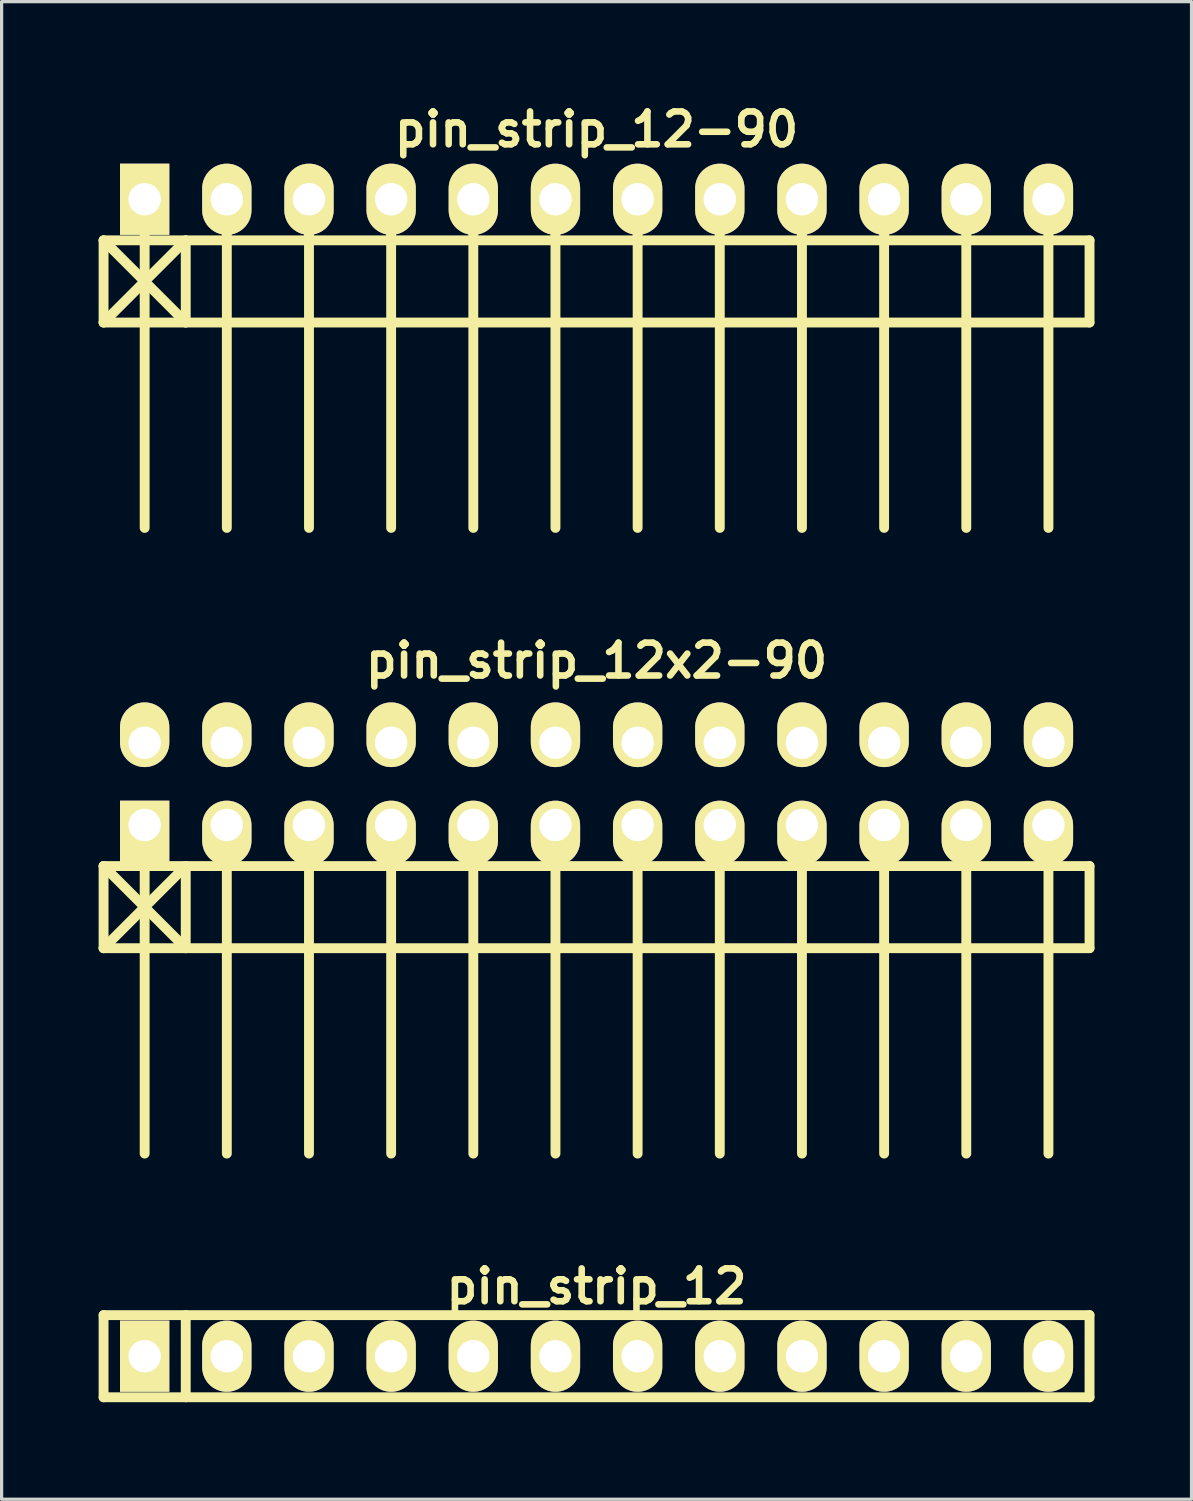
<source format=kicad_pcb>
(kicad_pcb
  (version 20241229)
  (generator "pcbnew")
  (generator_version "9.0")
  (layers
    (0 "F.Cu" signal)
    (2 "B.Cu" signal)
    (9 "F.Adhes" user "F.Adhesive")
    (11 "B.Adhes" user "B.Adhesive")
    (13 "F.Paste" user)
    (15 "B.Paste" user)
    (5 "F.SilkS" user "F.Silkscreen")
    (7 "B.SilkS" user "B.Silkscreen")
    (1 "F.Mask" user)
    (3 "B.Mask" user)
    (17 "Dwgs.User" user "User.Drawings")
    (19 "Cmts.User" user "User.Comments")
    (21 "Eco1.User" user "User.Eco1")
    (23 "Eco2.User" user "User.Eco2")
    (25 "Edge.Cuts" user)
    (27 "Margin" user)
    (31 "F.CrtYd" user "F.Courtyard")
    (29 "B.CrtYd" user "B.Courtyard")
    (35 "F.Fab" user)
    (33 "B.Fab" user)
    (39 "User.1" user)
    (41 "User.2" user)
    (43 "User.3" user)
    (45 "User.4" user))
  (footprint "pin_strip_12-90"
    (layer "F.Cu")
    (at 15.392 3.11)
    (property "Reference" "pin_strip_12-90" (at 0 -2.159 0) (layer "F.SilkS") (effects (font (size 1.016 1.016) (thickness 0.203))))
    (attr through_hole)
    (fp_line (start -15.24 1.27) (end 15.24 1.27) (stroke (width 0.305) (type solid)) (layer "F.SilkS"))
    (fp_line (start -15.24 3.81) (end -15.24 1.27) (stroke (width 0.305) (type solid)) (layer "F.SilkS"))
    (fp_line (start -15.24 3.81) (end -12.7 1.27) (stroke (width 0.305) (type solid)) (layer "F.SilkS"))
    (fp_line (start -13.97 0) (end -13.97 10.16) (stroke (width 0.305) (type solid)) (layer "F.SilkS"))
    (fp_line (start -12.7 1.27) (end -12.7 3.81) (stroke (width 0.305) (type solid)) (layer "F.SilkS"))
    (fp_line (start -12.7 3.81) (end -15.24 1.27) (stroke (width 0.305) (type solid)) (layer "F.SilkS"))
    (fp_line (start -11.43 0) (end -11.43 10.16) (stroke (width 0.305) (type solid)) (layer "F.SilkS"))
    (fp_line (start -8.89 10.16) (end -8.89 0) (stroke (width 0.305) (type solid)) (layer "F.SilkS"))
    (fp_line (start -6.35 0) (end -6.35 10.16) (stroke (width 0.305) (type solid)) (layer "F.SilkS"))
    (fp_line (start -3.81 0) (end -3.81 10.16) (stroke (width 0.305) (type solid)) (layer "F.SilkS"))
    (fp_line (start -1.27 0) (end -1.27 10.16) (stroke (width 0.305) (type solid)) (layer "F.SilkS"))
    (fp_line (start 1.27 0) (end 1.27 10.16) (stroke (width 0.305) (type solid)) (layer "F.SilkS"))
    (fp_line (start 3.81 0) (end 3.81 10.16) (stroke (width 0.305) (type solid)) (layer "F.SilkS"))
    (fp_line (start 6.35 0) (end 6.35 10.16) (stroke (width 0.305) (type solid)) (layer "F.SilkS"))
    (fp_line (start 8.89 0) (end 8.89 10.16) (stroke (width 0.305) (type solid)) (layer "F.SilkS"))
    (fp_line (start 11.43 0) (end 11.43 10.16) (stroke (width 0.305) (type solid)) (layer "F.SilkS"))
    (fp_line (start 13.97 0) (end 13.97 10.16) (stroke (width 0.305) (type solid)) (layer "F.SilkS"))
    (fp_line (start 15.24 1.27) (end 15.24 3.81) (stroke (width 0.305) (type solid)) (layer "F.SilkS"))
    (fp_line (start 15.24 3.81) (end -15.24 3.81) (stroke (width 0.305) (type solid)) (layer "F.SilkS"))
    (pad "1" thru_hole rect (at -13.97 0) (size 1.524 2.2) (drill 1.001) (layers "*.Cu" "*.Mask" "F.SilkS"))
    (pad "2" thru_hole oval (at -11.43 0) (size 1.524 2.2) (drill 1.001) (layers "*.Cu" "*.Mask" "F.SilkS"))
    (pad "3" thru_hole oval (at -8.89 0) (size 1.524 2.2) (drill 1.001) (layers "*.Cu" "*.Mask" "F.SilkS"))
    (pad "4" thru_hole oval (at -6.35 0) (size 1.524 2.2) (drill 1.001) (layers "*.Cu" "*.Mask" "F.SilkS"))
    (pad "5" thru_hole oval (at -3.81 0) (size 1.524 2.2) (drill 1.001) (layers "*.Cu" "*.Mask" "F.SilkS"))
    (pad "6" thru_hole oval (at -1.27 0) (size 1.524 2.2) (drill 1.001) (layers "*.Cu" "*.Mask" "F.SilkS"))
    (pad "7" thru_hole oval (at 1.27 0) (size 1.524 2.2) (drill 1.001) (layers "*.Cu" "*.Mask" "F.SilkS"))
    (pad "8" thru_hole oval (at 3.81 0) (size 1.524 2.2) (drill 1.001) (layers "*.Cu" "*.Mask" "F.SilkS"))
    (pad "9" thru_hole oval (at 6.35 0) (size 1.524 2.2) (drill 1.001) (layers "*.Cu" "*.Mask" "F.SilkS"))
    (pad "10" thru_hole oval (at 8.89 0) (size 1.524 2.2) (drill 1.001) (layers "*.Cu" "*.Mask" "F.SilkS"))
    (pad "11" thru_hole oval (at 11.43 0) (size 1.524 2.2) (drill 1.001) (layers "*.Cu" "*.Mask" "F.SilkS"))
    (pad "12" thru_hole oval (at 13.97 0) (size 1.524 2.2) (drill 1.001) (layers "*.Cu" "*.Mask" "F.SilkS")))
  (footprint "pin_strip_12"
    (layer "F.Cu")
    (at 15.392 38.876)
    (property "Reference" "pin_strip_12" (at 0 -2.159 0) (layer "F.SilkS") (effects (font (size 1.016 1.016) (thickness 0.203))))
    (attr through_hole)
    (fp_line (start -15.24 -1.27) (end 15.24 -1.27) (stroke (width 0.305) (type solid)) (layer "F.SilkS"))
    (fp_line (start -15.24 1.27) (end -15.24 -1.27) (stroke (width 0.305) (type solid)) (layer "F.SilkS"))
    (fp_line (start -12.7 -1.27) (end -12.7 1.27) (stroke (width 0.305) (type solid)) (layer "F.SilkS"))
    (fp_line (start 15.24 -1.27) (end 15.24 1.27) (stroke (width 0.305) (type solid)) (layer "F.SilkS"))
    (fp_line (start 15.24 1.27) (end -15.24 1.27) (stroke (width 0.305) (type solid)) (layer "F.SilkS"))
    (pad "1" thru_hole rect (at -13.97 0) (size 1.524 2.2) (drill 1.001) (layers "*.Cu" "*.Mask" "F.SilkS"))
    (pad "2" thru_hole oval (at -11.43 0) (size 1.524 2.2) (drill 1.001) (layers "*.Cu" "*.Mask" "F.SilkS"))
    (pad "3" thru_hole oval (at -8.89 0) (size 1.524 2.2) (drill 1.001) (layers "*.Cu" "*.Mask" "F.SilkS"))
    (pad "4" thru_hole oval (at -6.35 0) (size 1.524 2.2) (drill 1.001) (layers "*.Cu" "*.Mask" "F.SilkS"))
    (pad "5" thru_hole oval (at -3.81 0) (size 1.524 2.2) (drill 1.001) (layers "*.Cu" "*.Mask" "F.SilkS"))
    (pad "6" thru_hole oval (at -1.27 0) (size 1.524 2.2) (drill 1.001) (layers "*.Cu" "*.Mask" "F.SilkS"))
    (pad "7" thru_hole oval (at 1.27 0) (size 1.524 2.2) (drill 1.001) (layers "*.Cu" "*.Mask" "F.SilkS"))
    (pad "8" thru_hole oval (at 3.81 0) (size 1.524 2.2) (drill 1.001) (layers "*.Cu" "*.Mask" "F.SilkS"))
    (pad "9" thru_hole oval (at 6.35 0) (size 1.524 2.2) (drill 1.001) (layers "*.Cu" "*.Mask" "F.SilkS"))
    (pad "10" thru_hole oval (at 8.89 0) (size 1.524 2.2) (drill 1.001) (layers "*.Cu" "*.Mask" "F.SilkS"))
    (pad "11" thru_hole oval (at 11.43 0) (size 1.524 2.2) (drill 1.001) (layers "*.Cu" "*.Mask" "F.SilkS"))
    (pad "12" thru_hole oval (at 13.97 0) (size 1.524 2.2) (drill 1.001) (layers "*.Cu" "*.Mask" "F.SilkS")))
  (footprint "pin_strip_12x2-90"
    (layer "F.Cu")
    (at 15.392 21.183)
    (property "Reference" "pin_strip_12x2-90" (at 0 -3.81 0) (layer "F.SilkS") (effects (font (size 1.016 1.016) (thickness 0.203))))
    (attr through_hole)
    (fp_line (start -15.24 2.54) (end -12.7 5.08) (stroke (width 0.305) (type solid)) (layer "F.SilkS"))
    (fp_line (start -15.24 2.54) (end 15.24 2.54) (stroke (width 0.305) (type solid)) (layer "F.SilkS"))
    (fp_line (start -15.24 5.08) (end -15.24 2.54) (stroke (width 0.305) (type solid)) (layer "F.SilkS"))
    (fp_line (start -13.97 1.27) (end -13.97 11.43) (stroke (width 0.305) (type solid)) (layer "F.SilkS"))
    (fp_line (start -12.7 2.54) (end -15.24 5.08) (stroke (width 0.305) (type solid)) (layer "F.SilkS"))
    (fp_line (start -12.7 5.08) (end -12.7 2.54) (stroke (width 0.305) (type solid)) (layer "F.SilkS"))
    (fp_line (start -11.43 1.27) (end -11.43 11.43) (stroke (width 0.305) (type solid)) (layer "F.SilkS"))
    (fp_line (start -8.89 11.43) (end -8.89 1.27) (stroke (width 0.305) (type solid)) (layer "F.SilkS"))
    (fp_line (start -6.35 1.27) (end -6.35 11.43) (stroke (width 0.305) (type solid)) (layer "F.SilkS"))
    (fp_line (start -3.81 1.27) (end -3.81 11.43) (stroke (width 0.305) (type solid)) (layer "F.SilkS"))
    (fp_line (start -1.27 1.27) (end -1.27 11.43) (stroke (width 0.305) (type solid)) (layer "F.SilkS"))
    (fp_line (start 1.27 1.27) (end 1.27 11.43) (stroke (width 0.305) (type solid)) (layer "F.SilkS"))
    (fp_line (start 3.81 1.27) (end 3.81 11.43) (stroke (width 0.305) (type solid)) (layer "F.SilkS"))
    (fp_line (start 6.35 1.27) (end 6.35 11.43) (stroke (width 0.305) (type solid)) (layer "F.SilkS"))
    (fp_line (start 8.89 1.27) (end 8.89 11.43) (stroke (width 0.305) (type solid)) (layer "F.SilkS"))
    (fp_line (start 11.43 1.27) (end 11.43 11.43) (stroke (width 0.305) (type solid)) (layer "F.SilkS"))
    (fp_line (start 13.97 1.27) (end 13.97 11.43) (stroke (width 0.305) (type solid)) (layer "F.SilkS"))
    (fp_line (start 15.24 2.54) (end 15.24 5.08) (stroke (width 0.305) (type solid)) (layer "F.SilkS"))
    (fp_line (start 15.24 5.08) (end -15.24 5.08) (stroke (width 0.305) (type solid)) (layer "F.SilkS"))
    (pad "1" thru_hole rect (at -13.97 1.27) (size 1.524 1.999) (drill 1.001 (offset 0 0.249)) (layers "*.Cu" "*.Mask" "F.SilkS"))
    (pad "2" thru_hole oval (at -13.97 -1.27) (size 1.524 1.999) (drill 1.001 (offset 0 -0.249)) (layers "*.Cu" "*.Mask" "F.SilkS"))
    (pad "3" thru_hole oval (at -11.43 1.27) (size 1.524 1.999) (drill 1.001 (offset 0 0.249)) (layers "*.Cu" "*.Mask" "F.SilkS"))
    (pad "4" thru_hole oval (at -11.43 -1.27) (size 1.524 1.999) (drill 1.001 (offset 0 -0.249)) (layers "*.Cu" "*.Mask" "F.SilkS"))
    (pad "5" thru_hole oval (at -8.89 1.27) (size 1.524 1.999) (drill 1.001 (offset 0 0.249)) (layers "*.Cu" "*.Mask" "F.SilkS"))
    (pad "6" thru_hole oval (at -8.89 -1.27) (size 1.524 1.999) (drill 1.001 (offset 0 -0.249)) (layers "*.Cu" "*.Mask" "F.SilkS"))
    (pad "7" thru_hole oval (at -6.35 1.27) (size 1.524 1.999) (drill 1.001 (offset 0 0.249)) (layers "*.Cu" "*.Mask" "F.SilkS"))
    (pad "8" thru_hole oval (at -6.35 -1.27) (size 1.524 1.999) (drill 1.001 (offset 0 -0.249)) (layers "*.Cu" "*.Mask" "F.SilkS"))
    (pad "9" thru_hole oval (at -3.81 1.27) (size 1.524 1.999) (drill 1.001 (offset 0 0.249)) (layers "*.Cu" "*.Mask" "F.SilkS"))
    (pad "10" thru_hole oval (at -3.81 -1.27) (size 1.524 1.999) (drill 1.001 (offset 0 -0.249)) (layers "*.Cu" "*.Mask" "F.SilkS"))
    (pad "11" thru_hole oval (at -1.27 1.27) (size 1.524 1.999) (drill 1.001 (offset 0 0.249)) (layers "*.Cu" "*.Mask" "F.SilkS"))
    (pad "12" thru_hole oval (at -1.27 -1.27) (size 1.524 1.999) (drill 1.001 (offset 0 -0.249)) (layers "*.Cu" "*.Mask" "F.SilkS"))
    (pad "13" thru_hole oval (at 1.27 1.27) (size 1.524 1.999) (drill 1.001 (offset 0 0.249)) (layers "*.Cu" "*.Mask" "F.SilkS"))
    (pad "14" thru_hole oval (at 1.27 -1.27) (size 1.524 1.999) (drill 1.001 (offset 0 -0.249)) (layers "*.Cu" "*.Mask" "F.SilkS"))
    (pad "15" thru_hole oval (at 3.81 1.27) (size 1.524 1.999) (drill 1.001 (offset 0 0.249)) (layers "*.Cu" "*.Mask" "F.SilkS"))
    (pad "16" thru_hole oval (at 3.81 -1.27) (size 1.524 1.999) (drill 1.001 (offset 0 -0.249)) (layers "*.Cu" "*.Mask" "F.SilkS"))
    (pad "17" thru_hole oval (at 6.35 1.27) (size 1.524 1.999) (drill 1.001 (offset 0 0.249)) (layers "*.Cu" "*.Mask" "F.SilkS"))
    (pad "18" thru_hole oval (at 6.35 -1.27) (size 1.524 1.999) (drill 1.001 (offset 0 -0.249)) (layers "*.Cu" "*.Mask" "F.SilkS"))
    (pad "19" thru_hole oval (at 8.89 1.27) (size 1.524 1.999) (drill 1.001 (offset 0 0.249)) (layers "*.Cu" "*.Mask" "F.SilkS"))
    (pad "20" thru_hole oval (at 8.89 -1.27) (size 1.524 1.999) (drill 1.001 (offset 0 -0.249)) (layers "*.Cu" "*.Mask" "F.SilkS"))
    (pad "21" thru_hole oval (at 11.43 1.27) (size 1.524 1.999) (drill 1.001 (offset 0 0.249)) (layers "*.Cu" "*.Mask" "F.SilkS"))
    (pad "22" thru_hole oval (at 11.43 -1.27) (size 1.524 1.999) (drill 1.001 (offset 0 -0.249)) (layers "*.Cu" "*.Mask" "F.SilkS"))
    (pad "23" thru_hole oval (at 13.97 1.27) (size 1.524 1.999) (drill 1.001 (offset 0 0.249)) (layers "*.Cu" "*.Mask" "F.SilkS"))
    (pad "24" thru_hole oval (at 13.97 -1.27) (size 1.524 1.999) (drill 1.001 (offset 0 -0.249)) (layers "*.Cu" "*.Mask" "F.SilkS")))
  (gr_rect
    (start -3 -3)
    (end 33.785 43.298)
    (stroke (width 0.1) (type default))
    (fill no)
    (layer "Edge.Cuts")))
</source>
